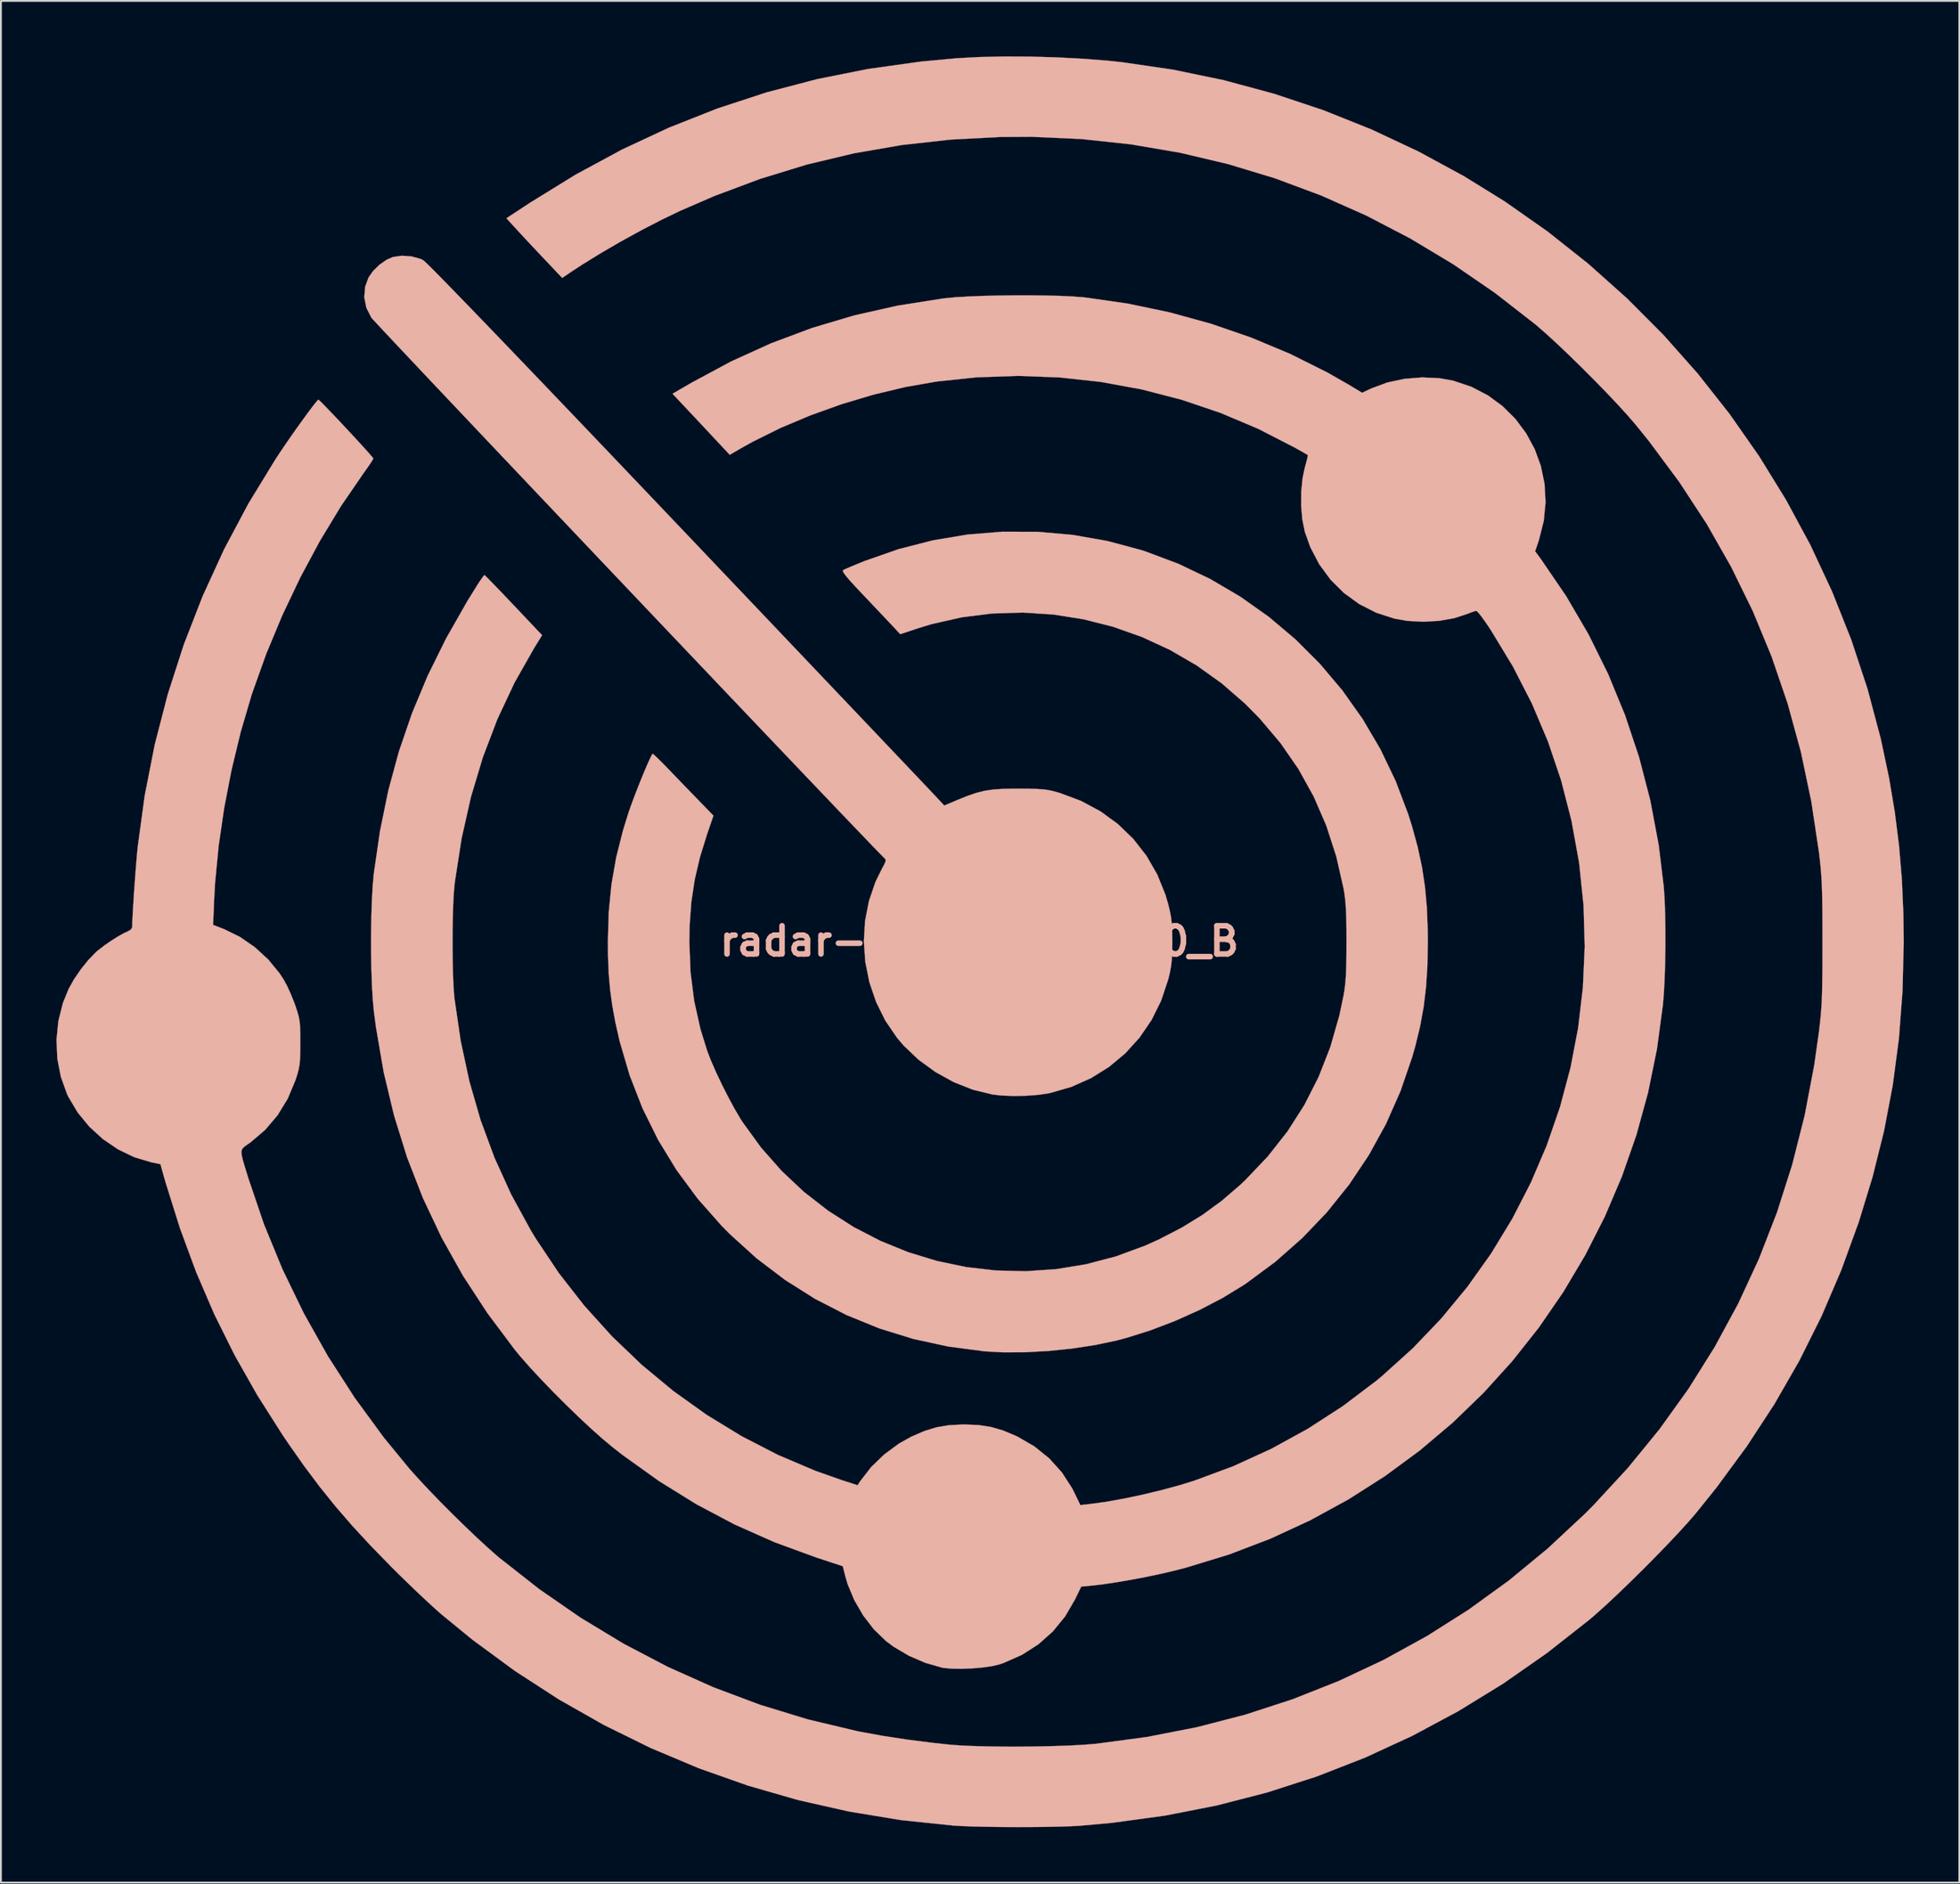
<source format=kicad_pcb>
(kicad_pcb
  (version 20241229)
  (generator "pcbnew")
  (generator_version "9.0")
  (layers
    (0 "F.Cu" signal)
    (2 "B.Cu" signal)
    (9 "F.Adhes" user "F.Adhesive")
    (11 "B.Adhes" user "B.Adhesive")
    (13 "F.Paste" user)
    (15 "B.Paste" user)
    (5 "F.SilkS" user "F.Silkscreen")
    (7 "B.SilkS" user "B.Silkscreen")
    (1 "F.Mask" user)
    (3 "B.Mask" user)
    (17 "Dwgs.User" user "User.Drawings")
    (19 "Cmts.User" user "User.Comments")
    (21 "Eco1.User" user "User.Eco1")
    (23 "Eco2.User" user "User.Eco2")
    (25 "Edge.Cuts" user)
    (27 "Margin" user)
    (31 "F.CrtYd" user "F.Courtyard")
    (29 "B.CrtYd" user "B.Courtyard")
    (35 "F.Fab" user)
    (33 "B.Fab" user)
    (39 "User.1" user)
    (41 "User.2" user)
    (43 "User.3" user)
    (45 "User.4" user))
  (footprint "radar-tracking_10x10_B"
    (layer "F.Cu")
    (at 49.899 47.849)
    (property "Reference" "radar-tracking_10x10_B" (at 0 0 0) (layer "B.SilkS") (effects (font (size 1.524 1.524) (thickness 0.3))))
    (attr through_hole)
    (fp_poly (pts (xy -30.713 -37.035) (xy -30.239 -36.907) (xy -30.064 -36.824) (xy -29.969 -36.742) (xy -29.76 -36.539) (xy -29.441 -36.221) (xy -29.016 -35.788) (xy -28.486 -35.246) (xy -27.857 -34.597) (xy -27.129 -33.844) (xy -26.307 -32.991) (xy -25.394 -32.04) (xy -24.393 -30.996) (xy -23.307 -29.861) (xy -22.139 -28.639) (xy -20.892 -27.333) (xy -19.57 -25.945) (xy -18.175 -24.48) (xy -16.711 -22.941) (xy -16.41 -22.625) (xy -15.163 -21.313) (xy -13.943 -20.029) (xy -12.755 -18.779) (xy -11.603 -17.568) (xy -10.495 -16.401) (xy -9.435 -15.286) (xy -8.429 -14.227) (xy -7.482 -13.23) (xy -6.6 -12.302) (xy -5.788 -11.447) (xy -5.052 -10.672) (xy -4.397 -9.982) (xy -3.829 -9.384) (xy -3.353 -8.882) (xy -2.975 -8.483) (xy -2.699 -8.192) (xy -2.533 -8.016) (xy -2.494 -7.975) (xy -1.897 -7.336) (xy -1.181 -7.639) (xy -0.642 -7.857) (xy -0.174 -8.018) (xy 0.267 -8.129) (xy 0.727 -8.199) (xy 1.249 -8.236) (xy 1.877 -8.249) (xy 2.159 -8.248) (xy 2.707 -8.244) (xy 3.124 -8.232) (xy 3.451 -8.21) (xy 3.724 -8.174) (xy 3.985 -8.118) (xy 4.271 -8.039) (xy 4.36 -8.012) (xy 5.501 -7.585) (xy 6.548 -7.023) (xy 7.492 -6.335) (xy 8.324 -5.53) (xy 9.036 -4.618) (xy 9.618 -3.608) (xy 10.062 -2.51) (xy 10.214 -1.99) (xy 10.308 -1.596) (xy 10.372 -1.248) (xy 10.41 -0.89) (xy 10.428 -0.469) (xy 10.432 0.042) (xy 10.426 0.577) (xy 10.406 0.997) (xy 10.365 1.357) (xy 10.299 1.71) (xy 10.21 2.074) (xy 9.832 3.208) (xy 9.313 4.257) (xy 8.663 5.211) (xy 7.893 6.061) (xy 7.015 6.795) (xy 6.038 7.405) (xy 4.972 7.879) (xy 3.83 8.209) (xy 3.768 8.222) (xy 3.199 8.308) (xy 2.537 8.358) (xy 1.846 8.371) (xy 1.195 8.345) (xy 0.704 8.289) (xy -0.35 8.031) (xy -1.385 7.621) (xy -2.372 7.076) (xy -3.283 6.413) (xy -4.089 5.648) (xy -4.447 5.228) (xy -5.083 4.295) (xy -5.582 3.288) (xy -5.943 2.226) (xy -6.164 1.129) (xy -6.243 0.016) (xy -6.179 -1.091) (xy -5.969 -2.175) (xy -5.613 -3.214) (xy -5.255 -3.94) (xy -5.119 -4.192) (xy -5.063 -4.343) (xy -5.077 -4.435) (xy -5.141 -4.501) (xy -5.226 -4.584) (xy -5.421 -4.784) (xy -5.72 -5.093) (xy -6.116 -5.505) (xy -6.603 -6.013) (xy -7.175 -6.611) (xy -7.826 -7.292) (xy -8.549 -8.05) (xy -9.338 -8.878) (xy -10.187 -9.769) (xy -11.089 -10.717) (xy -12.039 -11.715) (xy -13.03 -12.757) (xy -14.055 -13.836) (xy -15.109 -14.946) (xy -16.186 -16.079) (xy -17.278 -17.229) (xy -18.38 -18.39) (xy -19.486 -19.556) (xy -20.589 -20.718) (xy -21.683 -21.872) (xy -22.762 -23.01) (xy -23.82 -24.125) (xy -24.849 -25.212) (xy -25.845 -26.263) (xy -26.801 -27.273) (xy -27.709 -28.233) (xy -28.566 -29.139) (xy -29.363 -29.982) (xy -30.095 -30.757) (xy -30.755 -31.458) (xy -31.338 -32.076) (xy -31.836 -32.606) (xy -32.245 -33.042) (xy -32.556 -33.376) (xy -32.765 -33.602) (xy -32.865 -33.714) (xy -32.872 -33.723) (xy -33.141 -34.254) (xy -33.253 -34.818) (xy -33.207 -35.389) (xy -33.028 -35.883) (xy -32.78 -36.242) (xy -32.434 -36.581) (xy -32.046 -36.852) (xy -31.706 -37) (xy -31.227 -37.068) (xy -30.713 -37.035)) (stroke (width 0.01) (type solid)) (fill yes) (layer "B.SilkS"))
    (fp_poly (pts (xy 3.16 -22.139) (xy 5.05 -21.972) (xy 6.918 -21.643) (xy 8.753 -21.152) (xy 8.953 -21.088) (xy 10.753 -20.413) (xy 12.474 -19.592) (xy 14.107 -18.633) (xy 15.646 -17.543) (xy 17.084 -16.33) (xy 18.413 -15) (xy 19.627 -13.561) (xy 20.719 -12.02) (xy 21.682 -10.384) (xy 22.508 -8.66) (xy 23.191 -6.856) (xy 23.402 -6.181) (xy 23.703 -5.075) (xy 23.931 -4.012) (xy 24.092 -2.945) (xy 24.194 -1.83) (xy 24.242 -0.62) (xy 24.248 0.042) (xy 24.225 1.318) (xy 24.151 2.475) (xy 24.02 3.56) (xy 23.827 4.62) (xy 23.564 5.698) (xy 23.402 6.265) (xy 22.768 8.112) (xy 21.985 9.882) (xy 21.058 11.567) (xy 19.992 13.161) (xy 18.791 14.658) (xy 17.46 16.051) (xy 16.005 17.335) (xy 14.429 18.502) (xy 14.275 18.605) (xy 13.152 19.291) (xy 11.908 19.94) (xy 10.59 20.532) (xy 9.247 21.046) (xy 7.926 21.461) (xy 7.408 21.597) (xy 6.263 21.838) (xy 5.031 22.026) (xy 3.762 22.158) (xy 2.503 22.229) (xy 1.305 22.235) (xy 0.296 22.181) (xy -1.667 21.923) (xy -3.572 21.509) (xy -5.412 20.939) (xy -7.184 20.216) (xy -8.882 19.342) (xy -10.503 18.319) (xy -12.041 17.151) (xy -13.491 15.838) (xy -13.944 15.379) (xy -15.229 13.923) (xy -16.369 12.379) (xy -17.363 10.751) (xy -18.21 9.04) (xy -18.907 7.251) (xy -19.454 5.385) (xy -19.684 4.36) (xy -19.846 3.472) (xy -19.961 2.625) (xy -20.036 1.767) (xy -20.075 0.841) (xy -20.083 0) (xy -20.035 -1.586) (xy -19.888 -3.079) (xy -19.634 -4.532) (xy -19.264 -5.996) (xy -18.97 -6.943) (xy -18.835 -7.332) (xy -18.669 -7.78) (xy -18.485 -8.258) (xy -18.294 -8.737) (xy -18.109 -9.188) (xy -17.94 -9.582) (xy -17.799 -9.891) (xy -17.7 -10.085) (xy -17.666 -10.132) (xy -17.6 -10.087) (xy -17.44 -9.94) (xy -17.209 -9.714) (xy -16.931 -9.43) (xy -16.882 -9.38) (xy -16.523 -9.007) (xy -16.099 -8.567) (xy -15.661 -8.114) (xy -15.262 -7.702) (xy -15.253 -7.693) (xy -14.377 -6.79) (xy -14.721 -5.787) (xy -15.108 -4.536) (xy -15.388 -3.335) (xy -15.57 -2.13) (xy -15.663 -0.865) (xy -15.68 0.042) (xy -15.615 1.68) (xy -15.417 3.239) (xy -15.08 4.751) (xy -14.717 5.924) (xy -14.511 6.458) (xy -14.236 7.087) (xy -13.914 7.765) (xy -13.57 8.445) (xy -13.225 9.081) (xy -12.904 9.626) (xy -12.806 9.779) (xy -11.802 11.163) (xy -10.688 12.426) (xy -9.476 13.565) (xy -8.175 14.576) (xy -6.797 15.457) (xy -5.352 16.206) (xy -3.849 16.818) (xy -2.3 17.291) (xy -0.715 17.623) (xy 0.895 17.809) (xy 2.521 17.848) (xy 4.151 17.736) (xy 5.775 17.47) (xy 7.382 17.047) (xy 8.963 16.465) (xy 9.694 16.136) (xy 10.939 15.492) (xy 12.059 14.805) (xy 13.098 14.045) (xy 14.102 13.182) (xy 14.385 12.914) (xy 15.596 11.641) (xy 16.659 10.289) (xy 17.575 8.855) (xy 18.346 7.336) (xy 18.975 5.728) (xy 19.463 4.027) (xy 19.696 2.921) (xy 19.75 2.585) (xy 19.791 2.229) (xy 19.82 1.825) (xy 19.838 1.34) (xy 19.848 0.746) (xy 19.851 0.042) (xy 19.848 -0.686) (xy 19.838 -1.276) (xy 19.819 -1.757) (xy 19.789 -2.159) (xy 19.748 -2.513) (xy 19.696 -2.836) (xy 19.295 -4.596) (xy 18.754 -6.261) (xy 18.072 -7.835) (xy 17.246 -9.322) (xy 16.275 -10.724) (xy 15.156 -12.046) (xy 14.385 -12.83) (xy 13.109 -13.941) (xy 11.744 -14.917) (xy 10.3 -15.755) (xy 8.79 -16.452) (xy 7.227 -17.005) (xy 5.623 -17.411) (xy 3.99 -17.668) (xy 2.341 -17.773) (xy 0.686 -17.722) (xy -0.96 -17.514) (xy -2.586 -17.146) (xy -3.397 -16.897) (xy -4.276 -16.603) (xy -4.699 -17.057) (xy -4.892 -17.263) (xy -5.176 -17.563) (xy -5.522 -17.93) (xy -5.905 -18.334) (xy -6.298 -18.748) (xy -6.303 -18.752) (xy -6.717 -19.192) (xy -7.021 -19.527) (xy -7.226 -19.769) (xy -7.342 -19.932) (xy -7.38 -20.029) (xy -7.361 -20.069) (xy -7.24 -20.127) (xy -6.995 -20.234) (xy -6.658 -20.374) (xy -6.265 -20.534) (xy -6.181 -20.567) (xy -4.368 -21.201) (xy -2.516 -21.676) (xy -0.635 -21.991) (xy 1.261 -22.145) (xy 3.16 -22.139)) (stroke (width 0.01) (type solid)) (fill yes) (layer "B.SilkS"))
    (fp_poly (pts (xy 3.572 -34.918) (xy 4.363 -34.897) (xy 5.058 -34.865) (xy 5.625 -34.822) (xy 5.715 -34.813) (xy 8.011 -34.483) (xy 10.287 -34.007) (xy 12.523 -33.391) (xy 14.699 -32.641) (xy 16.798 -31.763) (xy 18.799 -30.764) (xy 19.936 -30.115) (xy 20.695 -29.659) (xy 21.206 -29.898) (xy 22.05 -30.211) (xy 22.976 -30.41) (xy 23.935 -30.489) (xy 24.88 -30.445) (xy 25.619 -30.312) (xy 26.599 -29.983) (xy 27.491 -29.52) (xy 28.287 -28.937) (xy 28.98 -28.248) (xy 29.561 -27.47) (xy 30.023 -26.615) (xy 30.358 -25.7) (xy 30.557 -24.738) (xy 30.613 -23.745) (xy 30.517 -22.735) (xy 30.262 -21.723) (xy 30.26 -21.715) (xy 30.048 -21.086) (xy 30.377 -20.64) (xy 31.727 -18.66) (xy 32.935 -16.593) (xy 33.997 -14.446) (xy 34.909 -12.227) (xy 35.671 -9.943) (xy 36.278 -7.602) (xy 36.728 -5.211) (xy 37.002 -2.963) (xy 37.047 -2.297) (xy 37.077 -1.505) (xy 37.092 -0.63) (xy 37.092 0.287) (xy 37.078 1.202) (xy 37.049 2.073) (xy 37.006 2.858) (xy 36.961 3.411) (xy 36.636 5.827) (xy 36.154 8.188) (xy 35.521 10.489) (xy 34.74 12.724) (xy 33.819 14.887) (xy 32.76 16.973) (xy 31.569 18.976) (xy 30.252 20.89) (xy 28.813 22.709) (xy 27.256 24.428) (xy 25.588 26.041) (xy 23.813 27.541) (xy 21.935 28.924) (xy 19.961 30.184) (xy 17.894 31.314) (xy 15.74 32.31) (xy 13.504 33.165) (xy 11.19 33.873) (xy 10.591 34.029) (xy 9.854 34.202) (xy 9.048 34.373) (xy 8.22 34.531) (xy 7.418 34.669) (xy 6.688 34.778) (xy 6.119 34.845) (xy 5.507 34.904) (xy 5.167 35.607) (xy 4.632 36.523) (xy 3.969 37.333) (xy 3.189 38.026) (xy 2.3 38.595) (xy 1.313 39.032) (xy 1.058 39.117) (xy 0.666 39.208) (xy 0.161 39.279) (xy -0.404 39.327) (xy -0.975 39.348) (xy -1.501 39.34) (xy -1.929 39.301) (xy -2.026 39.283) (xy -2.926 39.024) (xy -3.815 38.639) (xy -4.636 38.154) (xy -5.055 37.841) (xy -5.702 37.214) (xy -6.279 36.465) (xy -6.761 35.636) (xy -7.121 34.77) (xy -7.242 34.358) (xy -7.382 33.801) (xy -8.834 33.322) (xy -11.077 32.501) (xy -13.229 31.545) (xy -15.304 30.446) (xy -17.316 29.198) (xy -19.277 27.793) (xy -19.812 27.377) (xy -20.357 26.923) (xy -20.982 26.366) (xy -21.658 25.735) (xy -22.358 25.057) (xy -23.054 24.359) (xy -23.719 23.669) (xy -24.325 23.014) (xy -24.845 22.421) (xy -25.111 22.098) (xy -26.592 20.12) (xy -27.912 18.099) (xy -29.074 16.026) (xy -30.081 13.896) (xy -30.936 11.699) (xy -31.643 9.43) (xy -32.205 7.081) (xy -32.623 4.644) (xy -32.737 3.768) (xy -32.795 3.138) (xy -32.84 2.377) (xy -32.87 1.52) (xy -32.885 0.605) (xy -32.886 -0.332) (xy -32.873 -1.255) (xy -32.846 -2.126) (xy -32.804 -2.908) (xy -32.748 -3.566) (xy -32.738 -3.658) (xy -32.405 -5.95) (xy -31.955 -8.146) (xy -31.379 -10.267) (xy -30.671 -12.331) (xy -29.823 -14.362) (xy -28.827 -16.378) (xy -27.676 -18.4) (xy -27.131 -19.279) (xy -26.964 -19.532) (xy -26.832 -19.717) (xy -26.759 -19.798) (xy -26.755 -19.799) (xy -26.688 -19.739) (xy -26.52 -19.571) (xy -26.268 -19.313) (xy -25.946 -18.979) (xy -25.572 -18.587) (xy -25.177 -18.171) (xy -23.641 -16.548) (xy -24.059 -15.873) (xy -25.126 -13.992) (xy -26.054 -12.017) (xy -26.842 -9.951) (xy -27.488 -7.799) (xy -27.991 -5.565) (xy -28.35 -3.254) (xy -28.379 -3.006) (xy -28.419 -2.544) (xy -28.448 -1.949) (xy -28.469 -1.257) (xy -28.48 -0.504) (xy -28.482 0.275) (xy -28.475 1.043) (xy -28.458 1.764) (xy -28.432 2.402) (xy -28.396 2.922) (xy -28.379 3.09) (xy -28.044 5.379) (xy -27.574 7.572) (xy -26.965 9.68) (xy -26.213 11.715) (xy -25.315 13.689) (xy -24.266 15.612) (xy -23.979 16.087) (xy -22.737 17.947) (xy -21.364 19.707) (xy -19.871 21.36) (xy -18.264 22.9) (xy -16.554 24.319) (xy -14.75 25.61) (xy -12.859 26.766) (xy -10.892 27.78) (xy -8.857 28.645) (xy -7.461 29.137) (xy -6.583 29.422) (xy -6.445 29.21) (xy -5.859 28.45) (xy -5.145 27.757) (xy -4.342 27.166) (xy -3.683 26.798) (xy -2.977 26.492) (xy -2.323 26.289) (xy -1.657 26.176) (xy -0.911 26.137) (xy -0.804 26.136) (xy -0.043 26.167) (xy 0.63 26.27) (xy 1.281 26.459) (xy 1.976 26.752) (xy 2.074 26.798) (xy 2.98 27.324) (xy 3.781 27.972) (xy 4.464 28.73) (xy 5.014 29.582) (xy 5.126 29.802) (xy 5.461 30.496) (xy 5.969 30.439) (xy 6.838 30.32) (xy 7.812 30.146) (xy 8.842 29.928) (xy 9.878 29.679) (xy 10.868 29.408) (xy 11.614 29.178) (xy 13.724 28.395) (xy 15.777 27.456) (xy 17.76 26.368) (xy 19.659 25.138) (xy 21.462 23.774) (xy 21.759 23.528) (xy 23.43 22.02) (xy 24.974 20.406) (xy 26.388 18.693) (xy 27.669 16.892) (xy 28.814 15.009) (xy 29.819 13.054) (xy 30.681 11.035) (xy 31.396 8.962) (xy 31.962 6.841) (xy 32.376 4.682) (xy 32.633 2.493) (xy 32.731 0.283) (xy 32.667 -1.939) (xy 32.436 -4.166) (xy 32.421 -4.276) (xy 32.015 -6.516) (xy 31.458 -8.687) (xy 30.745 -10.797) (xy 29.875 -12.853) (xy 28.844 -14.862) (xy 27.65 -16.831) (xy 27.569 -16.954) (xy 27.336 -17.296) (xy 27.129 -17.58) (xy 26.968 -17.777) (xy 26.875 -17.863) (xy 26.868 -17.865) (xy 26.736 -17.833) (xy 26.514 -17.754) (xy 26.399 -17.706) (xy 25.68 -17.47) (xy 24.864 -17.325) (xy 24.002 -17.275) (xy 23.143 -17.322) (xy 22.439 -17.445) (xy 21.449 -17.767) (xy 20.536 -18.233) (xy 19.711 -18.833) (xy 18.988 -19.552) (xy 18.379 -20.38) (xy 17.896 -21.304) (xy 17.597 -22.145) (xy 17.463 -22.801) (xy 17.399 -23.547) (xy 17.404 -24.32) (xy 17.478 -25.055) (xy 17.595 -25.602) (xy 17.68 -25.911) (xy 17.739 -26.15) (xy 17.763 -26.278) (xy 17.762 -26.289) (xy 17.682 -26.337) (xy 17.489 -26.448) (xy 17.217 -26.602) (xy 17.06 -26.69) (xy 15.082 -27.707) (xy 13.033 -28.572) (xy 10.924 -29.285) (xy 8.765 -29.843) (xy 6.567 -30.245) (xy 4.338 -30.488) (xy 2.091 -30.572) (xy -0.166 -30.493) (xy -2.328 -30.263) (xy -4.003 -29.969) (xy -5.72 -29.558) (xy -7.441 -29.044) (xy -9.13 -28.439) (xy -10.748 -27.757) (xy -12.258 -27.009) (xy -12.907 -26.646) (xy -13.495 -26.304) (xy -14.177 -27.034) (xy -14.503 -27.383) (xy -14.897 -27.804) (xy -15.311 -28.246) (xy -15.697 -28.657) (xy -15.723 -28.685) (xy -16.587 -29.605) (xy -15.554 -30.205) (xy -13.427 -31.349) (xy -11.26 -32.334) (xy -9.043 -33.164) (xy -6.766 -33.841) (xy -4.417 -34.37) (xy -1.986 -34.754) (xy -1.863 -34.769) (xy -1.329 -34.821) (xy -0.659 -34.862) (xy 0.114 -34.894) (xy 0.957 -34.915) (xy 1.836 -34.927) (xy 2.719 -34.927) (xy 3.572 -34.918)) (stroke (width 0.01) (type solid)) (fill yes) (layer "B.SilkS"))
    (fp_poly (pts (xy 2.734 -47.838) (xy 4.167 -47.797) (xy 5.58 -47.723) (xy 6.924 -47.618) (xy 7.705 -47.536) (xy 10.474 -47.131) (xy 13.219 -46.561) (xy 15.929 -45.829) (xy 18.593 -44.94) (xy 21.201 -43.897) (xy 23.743 -42.705) (xy 26.209 -41.365) (xy 28.406 -40.005) (xy 30.719 -38.382) (xy 32.923 -36.633) (xy 35.013 -34.766) (xy 36.986 -32.786) (xy 38.836 -30.7) (xy 40.56 -28.513) (xy 42.154 -26.234) (xy 43.613 -23.867) (xy 44.933 -21.419) (xy 46.109 -18.896) (xy 47.139 -16.306) (xy 48.016 -13.654) (xy 48.737 -10.946) (xy 49.186 -8.818) (xy 49.495 -6.975) (xy 49.723 -5.166) (xy 49.877 -3.34) (xy 49.959 -1.447) (xy 49.977 0.042) (xy 49.912 2.699) (xy 49.716 5.271) (xy 49.384 7.785) (xy 48.911 10.267) (xy 48.293 12.745) (xy 47.543 15.198) (xy 46.601 17.786) (xy 45.533 20.28) (xy 44.33 22.691) (xy 42.986 25.032) (xy 41.493 27.317) (xy 39.844 29.559) (xy 38.73 30.946) (xy 38.309 31.432) (xy 37.786 32.007) (xy 37.184 32.643) (xy 36.53 33.319) (xy 35.846 34.008) (xy 35.157 34.686) (xy 34.489 35.329) (xy 33.865 35.913) (xy 33.309 36.412) (xy 32.978 36.696) (xy 30.684 38.499) (xy 28.324 40.147) (xy 25.898 41.638) (xy 23.408 42.973) (xy 20.853 44.152) (xy 18.236 45.173) (xy 15.557 46.037) (xy 12.817 46.743) (xy 10.016 47.291) (xy 7.157 47.68) (xy 5.419 47.837) (xy 4.939 47.863) (xy 4.323 47.883) (xy 3.606 47.897) (xy 2.822 47.905) (xy 2.004 47.907) (xy 1.185 47.903) (xy 0.401 47.892) (xy -0.316 47.876) (xy -0.931 47.854) (xy -1.397 47.827) (xy -4.239 47.53) (xy -7.043 47.068) (xy -9.804 46.445) (xy -12.514 45.664) (xy -15.169 44.726) (xy -17.762 43.634) (xy -20.289 42.391) (xy -22.741 40.999) (xy -25.115 39.46) (xy -27.404 37.777) (xy -29.083 36.403) (xy -29.427 36.099) (xy -29.859 35.702) (xy -30.351 35.239) (xy -30.874 34.738) (xy -31.398 34.227) (xy -31.795 33.832) (xy -32.902 32.696) (xy -33.898 31.618) (xy -34.813 30.56) (xy -35.678 29.485) (xy -36.522 28.357) (xy -37.375 27.14) (xy -37.671 26.702) (xy -39.039 24.549) (xy -40.266 22.381) (xy -41.364 20.171) (xy -42.344 17.894) (xy -43.219 15.523) (xy -44 13.035) (xy -44.144 12.527) (xy -44.275 12.058) (xy -44.773 11.955) (xy -45.689 11.682) (xy -46.567 11.258) (xy -47.384 10.702) (xy -48.119 10.031) (xy -48.75 9.263) (xy -49.253 8.416) (xy -49.323 8.268) (xy -49.659 7.336) (xy -49.85 6.349) (xy -49.894 5.335) (xy -49.794 4.323) (xy -49.549 3.344) (xy -49.233 2.569) (xy -48.938 2.046) (xy -48.568 1.508) (xy -48.163 1.006) (xy -47.763 0.595) (xy -47.65 0.496) (xy -47.306 0.231) (xy -46.924 -0.033) (xy -46.549 -0.269) (xy -46.226 -0.447) (xy -46.052 -0.523) (xy -45.876 -0.625) (xy -45.803 -0.749) (xy -45.795 -1.039) (xy -45.774 -1.463) (xy -45.743 -1.984) (xy -45.706 -2.568) (xy -45.663 -3.18) (xy -45.618 -3.782) (xy -45.573 -4.341) (xy -45.531 -4.821) (xy -45.505 -5.08) (xy -45.125 -7.874) (xy -44.581 -10.637) (xy -43.876 -13.359) (xy -43.014 -16.033) (xy -41.997 -18.649) (xy -40.829 -21.2) (xy -39.512 -23.676) (xy -38.049 -26.07) (xy -37.821 -26.416) (xy -37.538 -26.836) (xy -37.231 -27.281) (xy -36.916 -27.728) (xy -36.608 -28.157) (xy -36.324 -28.547) (xy -36.079 -28.875) (xy -35.889 -29.12) (xy -35.769 -29.26) (xy -35.736 -29.286) (xy -35.661 -29.223) (xy -35.491 -29.055) (xy -35.246 -28.804) (xy -34.944 -28.489) (xy -34.604 -28.13) (xy -34.246 -27.748) (xy -33.888 -27.364) (xy -33.55 -26.997) (xy -33.249 -26.667) (xy -33.006 -26.396) (xy -32.839 -26.204) (xy -32.767 -26.11) (xy -32.766 -26.106) (xy -32.813 -26.011) (xy -32.941 -25.812) (xy -33.13 -25.538) (xy -33.321 -25.271) (xy -34.514 -23.529) (xy -35.65 -21.653) (xy -36.712 -19.675) (xy -37.686 -17.626) (xy -38.556 -15.538) (xy -39.305 -13.441) (xy -39.361 -13.268) (xy -39.937 -11.308) (xy -40.428 -9.274) (xy -40.828 -7.209) (xy -41.128 -5.155) (xy -41.321 -3.156) (xy -41.376 -2.156) (xy -41.427 -0.883) (xy -40.812 -0.642) (xy -39.968 -0.227) (xy -39.167 0.328) (xy -38.443 0.994) (xy -37.829 1.743) (xy -37.588 2.117) (xy -37.41 2.455) (xy -37.216 2.881) (xy -37.04 3.321) (xy -36.986 3.471) (xy -36.877 3.799) (xy -36.801 4.066) (xy -36.753 4.318) (xy -36.726 4.597) (xy -36.714 4.951) (xy -36.712 5.422) (xy -36.712 5.503) (xy -36.715 6.001) (xy -36.727 6.374) (xy -36.753 6.668) (xy -36.8 6.928) (xy -36.873 7.199) (xy -36.975 7.517) (xy -37.391 8.512) (xy -37.939 9.41) (xy -38.611 10.202) (xy -39.4 10.874) (xy -39.427 10.894) (xy -39.623 11.029) (xy -39.765 11.135) (xy -39.856 11.239) (xy -39.896 11.366) (xy -39.887 11.543) (xy -39.831 11.796) (xy -39.727 12.152) (xy -39.579 12.636) (xy -39.52 12.827) (xy -38.679 15.305) (xy -37.677 17.742) (xy -36.522 20.126) (xy -35.219 22.446) (xy -33.774 24.689) (xy -32.196 26.845) (xy -30.811 28.533) (xy -30.34 29.06) (xy -29.778 29.661) (xy -29.153 30.308) (xy -28.492 30.973) (xy -27.824 31.628) (xy -27.177 32.245) (xy -26.579 32.797) (xy -26.058 33.257) (xy -25.95 33.347) (xy -23.791 35.043) (xy -21.548 36.593) (xy -19.227 37.996) (xy -16.833 39.25) (xy -14.373 40.35) (xy -11.851 41.296) (xy -9.272 42.084) (xy -6.643 42.711) (xy -6.452 42.75) (xy -5.24 42.972) (xy -3.91 43.176) (xy -2.516 43.353) (xy -1.651 43.447) (xy -1.074 43.491) (xy -0.361 43.524) (xy 0.456 43.545) (xy 1.342 43.556) (xy 2.265 43.557) (xy 3.193 43.547) (xy 4.092 43.526) (xy 4.929 43.496) (xy 5.671 43.455) (xy 6.286 43.405) (xy 6.308 43.403) (xy 9.059 43.035) (xy 11.75 42.51) (xy 14.379 41.829) (xy 16.941 40.994) (xy 19.434 40.007) (xy 21.853 38.869) (xy 24.195 37.582) (xy 26.458 36.148) (xy 28.637 34.568) (xy 30.729 32.844) (xy 32.731 30.977) (xy 33.194 30.512) (xy 35.055 28.497) (xy 36.769 26.398) (xy 38.337 24.214) (xy 39.756 21.949) (xy 41.028 19.603) (xy 42.151 17.177) (xy 43.124 14.673) (xy 43.947 12.093) (xy 44.619 9.437) (xy 45.139 6.707) (xy 45.399 4.869) (xy 45.448 4.447) (xy 45.488 4.053) (xy 45.52 3.664) (xy 45.544 3.254) (xy 45.561 2.798) (xy 45.573 2.272) (xy 45.581 1.65) (xy 45.584 0.908) (xy 45.585 0.042) (xy 45.584 -0.841) (xy 45.58 -1.58) (xy 45.573 -2.199) (xy 45.561 -2.724) (xy 45.543 -3.178) (xy 45.519 -3.588) (xy 45.487 -3.977) (xy 45.447 -4.371) (xy 45.399 -4.785) (xy 44.982 -7.554) (xy 44.417 -10.241) (xy 43.702 -12.851) (xy 42.837 -15.385) (xy 41.82 -17.847) (xy 40.649 -20.241) (xy 39.324 -22.57) (xy 37.841 -24.836) (xy 36.202 -27.044) (xy 35.478 -27.94) (xy 35.052 -28.434) (xy 34.524 -29.014) (xy 33.92 -29.653) (xy 33.266 -30.325) (xy 32.588 -31.005) (xy 31.912 -31.666) (xy 31.264 -32.283) (xy 30.67 -32.829) (xy 30.155 -33.279) (xy 30.057 -33.361) (xy 27.877 -35.059) (xy 25.624 -36.606) (xy 23.303 -38.001) (xy 20.918 -39.243) (xy 18.474 -40.33) (xy 15.976 -41.26) (xy 13.428 -42.031) (xy 10.835 -42.643) (xy 8.202 -43.092) (xy 5.534 -43.379) (xy 2.836 -43.5) (xy 1.143 -43.491) (xy -1.565 -43.349) (xy -4.205 -43.055) (xy -6.79 -42.606) (xy -9.33 -41.999) (xy -11.838 -41.231) (xy -14.325 -40.301) (xy -16.185 -39.494) (xy -17.206 -39.002) (xy -18.296 -38.437) (xy -19.407 -37.826) (xy -20.488 -37.197) (xy -21.489 -36.578) (xy -22.05 -36.21) (xy -22.553 -35.871) (xy -23.469 -36.837) (xy -23.846 -37.237) (xy -24.24 -37.656) (xy -24.61 -38.052) (xy -24.914 -38.381) (xy -24.977 -38.45) (xy -25.569 -39.096) (xy -24.278 -39.943) (xy -21.824 -41.457) (xy -19.322 -42.809) (xy -16.77 -44) (xy -14.163 -45.031) (xy -11.502 -45.903) (xy -8.782 -46.616) (xy -6.002 -47.171) (xy -3.158 -47.569) (xy -1.228 -47.748) (xy -0.01 -47.814) (xy 1.326 -47.844) (xy 2.734 -47.838)) (stroke (width 0.01) (type solid)) (fill yes) (layer "B.SilkS")))
  (gr_rect
    (start -3 -3)
    (end 102.881 98.761)
    (stroke (width 0.1) (type default))
    (fill no)
    (layer "Edge.Cuts")))
</source>
